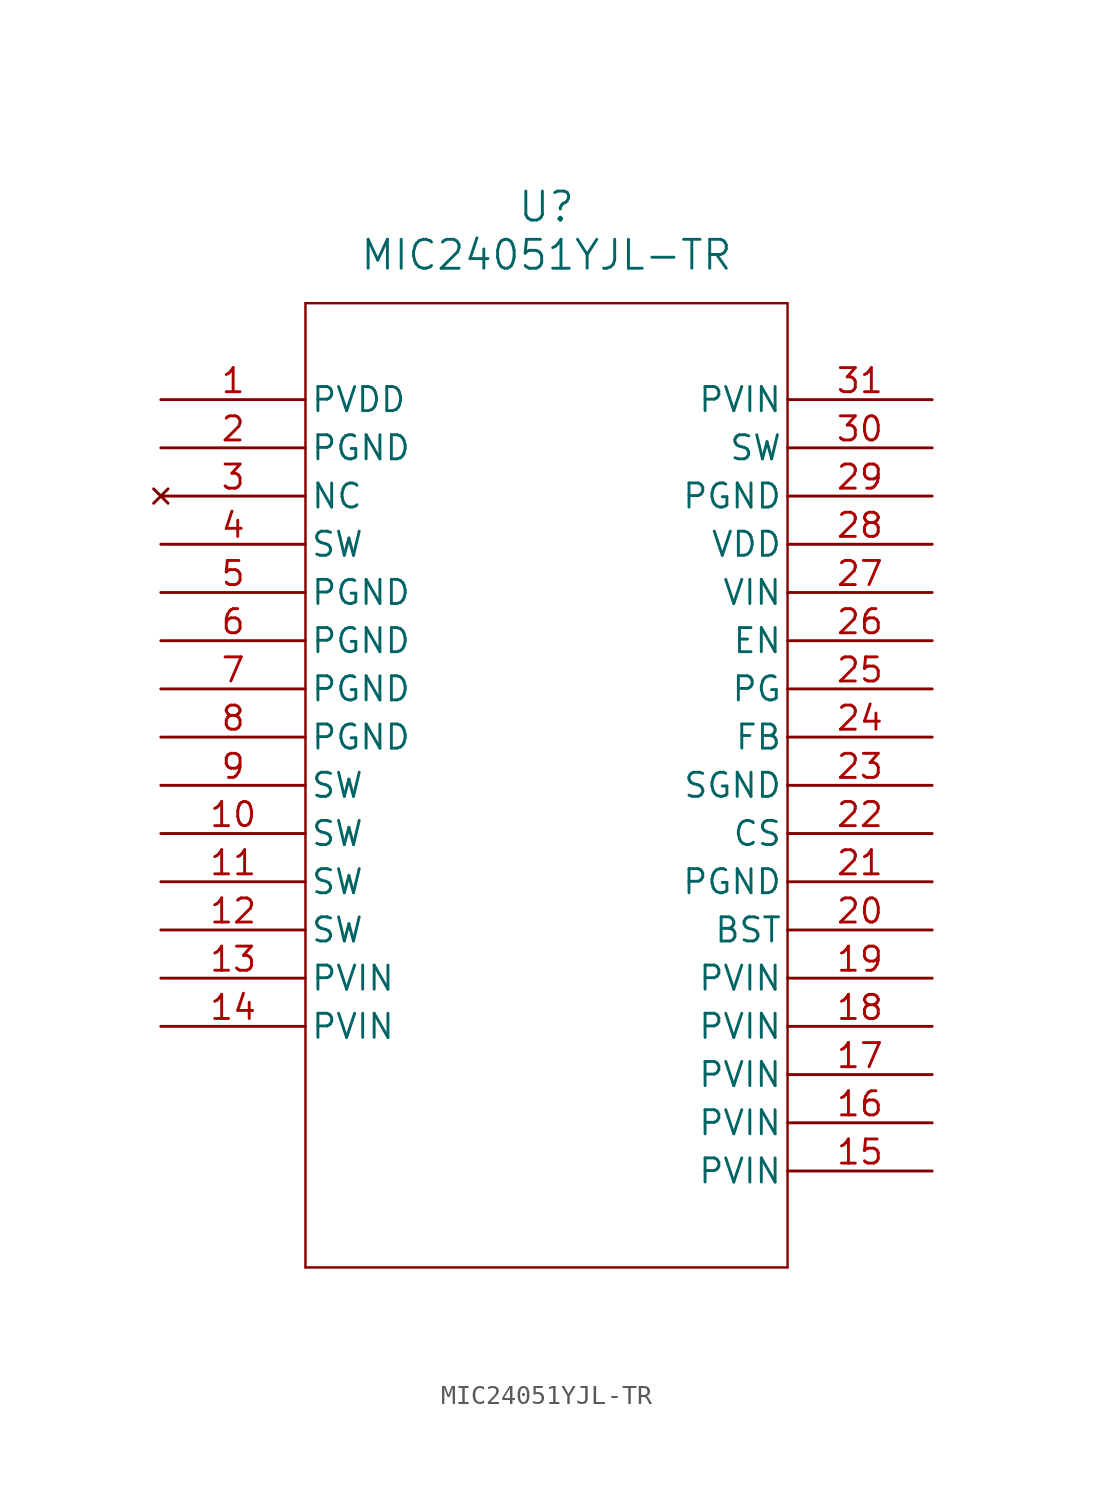
<source format=kicad_sym>
(kicad_symbol_lib
  (version 20211014)
  (generator kicad_symbol_editor)
  (symbol "MIC24051YJL-TR"
    (pin_names
      (offset 0.254))
    (property "Reference" "U"
      (at 0 30.48 0)
      (effects (font (size 1.524 1.524))))
    (property "Value" "MIC24051YJL-TR"
      (at 0 27.94 0)
      (effects (font (size 1.524 1.524))))
    (symbol "MIC24051YJL-TR_0_1"
      (polyline (pts (xy -12.7 25.4) (xy -12.7 -25.4)) (stroke (width 0.127) (type default) (color 0 0 0 0)) (fill (type none)))
      (polyline (pts (xy -12.7 -25.4) (xy 12.7 -25.4)) (stroke (width 0.127) (type default) (color 0 0 0 0)) (fill (type none)))
      (polyline (pts (xy 12.7 -25.4) (xy 12.7 25.4)) (stroke (width 0.127) (type default) (color 0 0 0 0)) (fill (type none)))
      (polyline (pts (xy 12.7 25.4) (xy -12.7 25.4)) (stroke (width 0.127) (type default) (color 0 0 0 0)) (fill (type none)))
      (pin power_in line (at -20.32 20.32 0) (length 7.62) (name "PVDD" (effects (font (size 1.27 1.27)))) (number "1" (effects (font (size 1.27 1.27)))))
      (pin power_in line (at -20.32 17.78 0) (length 7.62) (name "PGND" (effects (font (size 1.27 1.27)))) (number "2" (effects (font (size 1.27 1.27)))))
      (pin no_connect line (at -20.32 15.24 0) (length 7.62) (name "NC" (effects (font (size 1.27 1.27)))) (number "3" (effects (font (size 1.27 1.27)))))
      (pin output line (at -20.32 12.7 0) (length 7.62) (name "SW" (effects (font (size 1.27 1.27)))) (number "4" (effects (font (size 1.27 1.27)))))
      (pin power_in line (at -20.32 10.16 0) (length 7.62) (name "PGND" (effects (font (size 1.27 1.27)))) (number "5" (effects (font (size 1.27 1.27)))))
      (pin power_in line (at -20.32 7.62 0) (length 7.62) (name "PGND" (effects (font (size 1.27 1.27)))) (number "6" (effects (font (size 1.27 1.27)))))
      (pin power_in line (at -20.32 5.08 0) (length 7.62) (name "PGND" (effects (font (size 1.27 1.27)))) (number "7" (effects (font (size 1.27 1.27)))))
      (pin power_in line (at -20.32 2.54 0) (length 7.62) (name "PGND" (effects (font (size 1.27 1.27)))) (number "8" (effects (font (size 1.27 1.27)))))
      (pin output line (at -20.32 0 0) (length 7.62) (name "SW" (effects (font (size 1.27 1.27)))) (number "9" (effects (font (size 1.27 1.27)))))
      (pin output line (at -20.32 -2.54 0) (length 7.62) (name "SW" (effects (font (size 1.27 1.27)))) (number "10" (effects (font (size 1.27 1.27)))))
      (pin output line (at -20.32 -5.08 0) (length 7.62) (name "SW" (effects (font (size 1.27 1.27)))) (number "11" (effects (font (size 1.27 1.27)))))
      (pin output line (at -20.32 -7.62 0) (length 7.62) (name "SW" (effects (font (size 1.27 1.27)))) (number "12" (effects (font (size 1.27 1.27)))))
      (pin input line (at -20.32 -10.16 0) (length 7.62) (name "PVIN" (effects (font (size 1.27 1.27)))) (number "13" (effects (font (size 1.27 1.27)))))
      (pin input line (at -20.32 -12.7 0) (length 7.62) (name "PVIN" (effects (font (size 1.27 1.27)))) (number "14" (effects (font (size 1.27 1.27)))))
      (pin input line (at 20.32 -20.32 180) (length 7.62) (name "PVIN" (effects (font (size 1.27 1.27)))) (number "15" (effects (font (size 1.27 1.27)))))
      (pin input line (at 20.32 -17.78 180) (length 7.62) (name "PVIN" (effects (font (size 1.27 1.27)))) (number "16" (effects (font (size 1.27 1.27)))))
      (pin input line (at 20.32 -15.24 180) (length 7.62) (name "PVIN" (effects (font (size 1.27 1.27)))) (number "17" (effects (font (size 1.27 1.27)))))
      (pin input line (at 20.32 -12.7 180) (length 7.62) (name "PVIN" (effects (font (size 1.27 1.27)))) (number "18" (effects (font (size 1.27 1.27)))))
      (pin input line (at 20.32 -10.16 180) (length 7.62) (name "PVIN" (effects (font (size 1.27 1.27)))) (number "19" (effects (font (size 1.27 1.27)))))
      (pin output line (at 20.32 -7.62 180) (length 7.62) (name "BST" (effects (font (size 1.27 1.27)))) (number "20" (effects (font (size 1.27 1.27)))))
      (pin power_in line (at 20.32 -5.08 180) (length 7.62) (name "PGND" (effects (font (size 1.27 1.27)))) (number "21" (effects (font (size 1.27 1.27)))))
      (pin input line (at 20.32 -2.54 180) (length 7.62) (name "CS" (effects (font (size 1.27 1.27)))) (number "22" (effects (font (size 1.27 1.27)))))
      (pin power_in line (at 20.32 0 180) (length 7.62) (name "SGND" (effects (font (size 1.27 1.27)))) (number "23" (effects (font (size 1.27 1.27)))))
      (pin input line (at 20.32 2.54 180) (length 7.62) (name "FB" (effects (font (size 1.27 1.27)))) (number "24" (effects (font (size 1.27 1.27)))))
      (pin output line (at 20.32 5.08 180) (length 7.62) (name "PG" (effects (font (size 1.27 1.27)))) (number "25" (effects (font (size 1.27 1.27)))))
      (pin input line (at 20.32 7.62 180) (length 7.62) (name "EN" (effects (font (size 1.27 1.27)))) (number "26" (effects (font (size 1.27 1.27)))))
      (pin input line (at 20.32 10.16 180) (length 7.62) (name "VIN" (effects (font (size 1.27 1.27)))) (number "27" (effects (font (size 1.27 1.27)))))
      (pin power_in line (at 20.32 12.7 180) (length 7.62) (name "VDD" (effects (font (size 1.27 1.27)))) (number "28" (effects (font (size 1.27 1.27)))))
      (pin power_in line (at 20.32 15.24 180) (length 7.62) (name "PGND" (effects (font (size 1.27 1.27)))) (number "29" (effects (font (size 1.27 1.27)))))
      (pin output line (at 20.32 17.78 180) (length 7.62) (name "SW" (effects (font (size 1.27 1.27)))) (number "30" (effects (font (size 1.27 1.27)))))
      (pin input line (at 20.32 20.32 180) (length 7.62) (name "PVIN" (effects (font (size 1.27 1.27)))) (number "31" (effects (font (size 1.27 1.27))))))))
</source>
